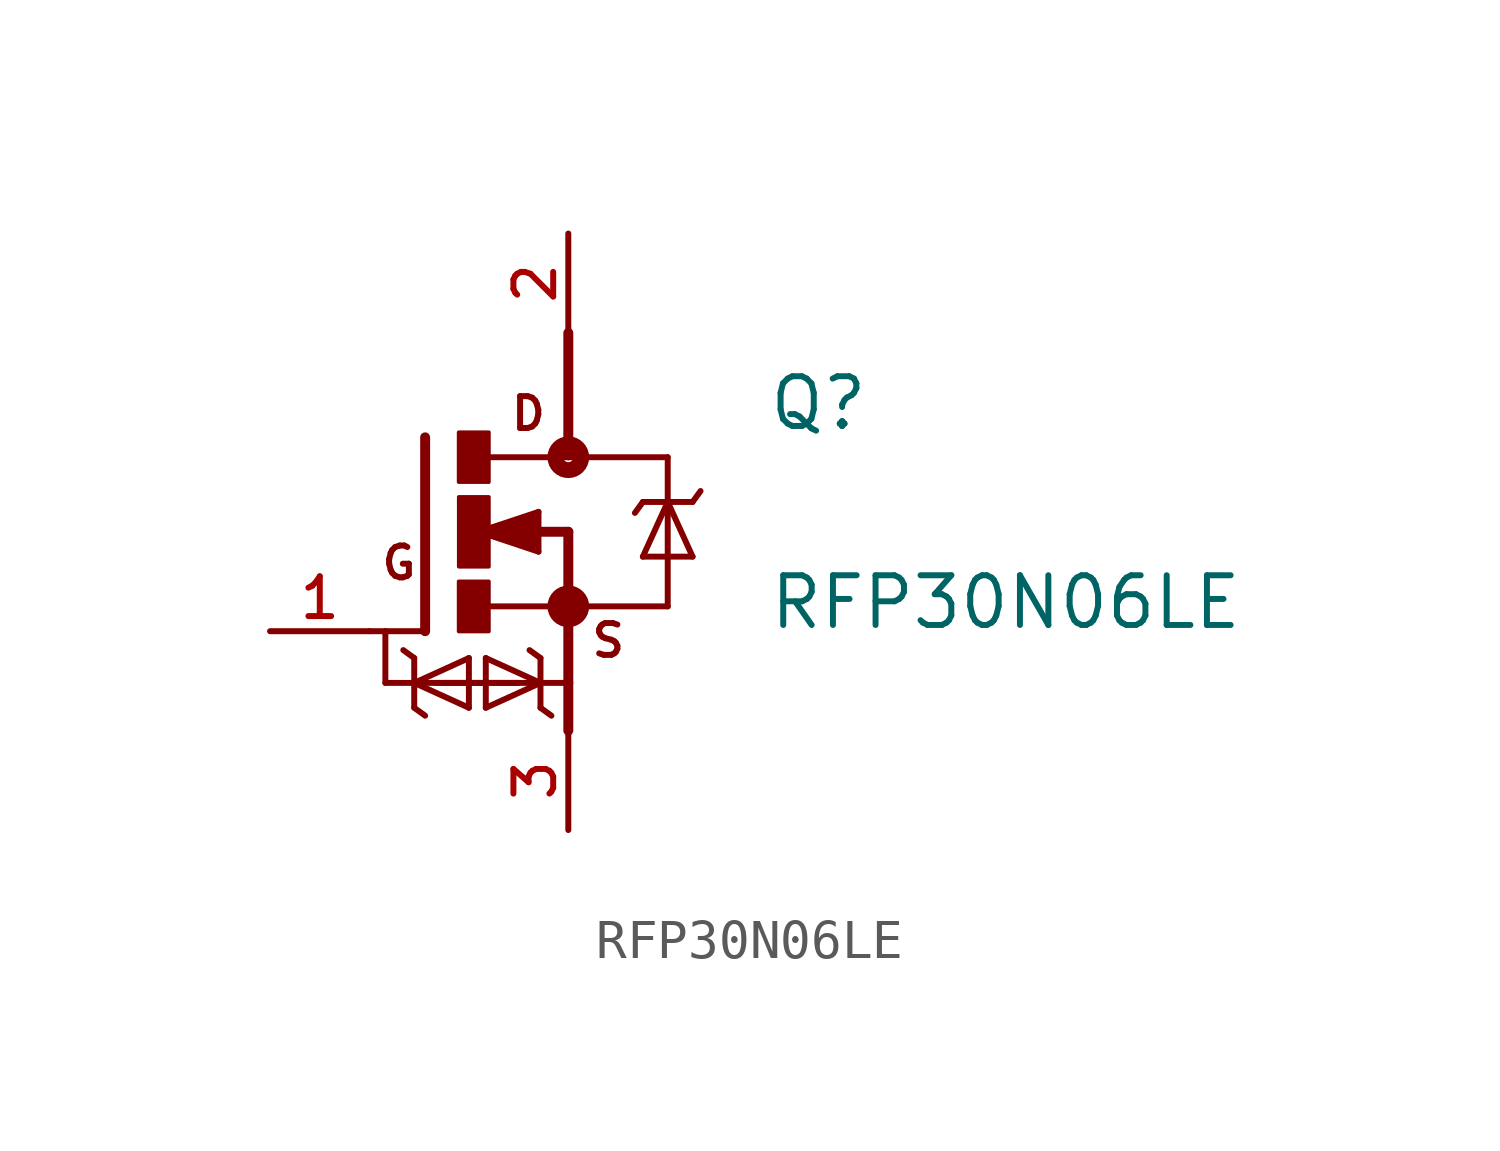
<source format=kicad_sym>
(kicad_symbol_lib
  (version 20211014)
  (generator kicad_symbol_editor)
  (symbol "RFP30N06LE"
    (pin_names
      (offset 1.016))
    (property "Reference" "Q"
      (at 5.082 2.541 0)
      (effects (font (size 1.27 1.27)) (justify bottom left)))
    (property "Value" "RFP30N06LE"
      (at 5.089 -2.544 0)
      (effects (font (size 1.27 1.27)) (justify bottom left)))
    (symbol "RFP30N06LE_0_0"
      (polyline (pts (xy -3.658 2.413) (xy -3.658 -2.54)) (stroke (width 0.254)))
      (polyline (pts (xy -3.658 -2.54) (xy -4.674 -2.54)) (stroke (width 0.152)))
      (polyline (pts (xy -4.674 -2.54) (xy -5.08 -2.54)) (stroke (width 0.152)))
      (polyline (pts (xy 0.0 1.905) (xy -2.007 1.905)) (stroke (width 0.152)))
      (polyline (pts (xy -2.032 -1.905) (xy 0.0 -1.905)) (stroke (width 0.152)))
      (polyline (pts (xy 0.0 2.032) (xy 0.0 1.905)) (stroke (width 0.152)))
      (polyline (pts (xy 0.0 1.905) (xy 2.54 1.905)) (stroke (width 0.152)))
      (polyline (pts (xy 2.54 1.905) (xy 2.54 0.762)) (stroke (width 0.152)))
      (polyline (pts (xy 2.54 0.762) (xy 2.54 -1.905)) (stroke (width 0.152)))
      (polyline (pts (xy 2.54 -1.905) (xy 0.0 -1.905)) (stroke (width 0.152)))
      (polyline (pts (xy 0.0 -1.905) (xy 0.0 -2.032)) (stroke (width 0.152)))
      (polyline (pts (xy 2.54 0.762) (xy 1.905 -0.635)) (stroke (width 0.152)))
      (polyline (pts (xy 1.905 -0.635) (xy 3.175 -0.635)) (stroke (width 0.152)))
      (polyline (pts (xy 3.175 -0.635) (xy 2.54 0.762)) (stroke (width 0.152)))
      (polyline (pts (xy 1.905 0.762) (xy 2.54 0.762)) (stroke (width 0.152)))
      (polyline (pts (xy 2.54 0.762) (xy 3.175 0.762)) (stroke (width 0.152)))
      (polyline (pts (xy -2.286 0.0) (xy -0.762 -0.508)) (stroke (width 0.152)))
      (polyline (pts (xy -0.762 -0.508) (xy -0.762 0.0)) (stroke (width 0.152)))
      (polyline (pts (xy -0.762 0.0) (xy -0.762 0.508)) (stroke (width 0.152)))
      (polyline (pts (xy -0.762 0.508) (xy -2.286 0.0)) (stroke (width 0.152)))
      (polyline (pts (xy -0.889 0.254) (xy -2.286 0.0)) (stroke (width 0.152)))
      (polyline (pts (xy -1.143 0.254) (xy -2.032 0.0)) (stroke (width 0.305)))
      (polyline (pts (xy -2.032 0.0) (xy -0.889 -0.254)) (stroke (width 0.305)))
      (polyline (pts (xy -0.889 -0.254) (xy -0.889 0.254)) (stroke (width 0.305)))
      (polyline (pts (xy -0.889 0.254) (xy -1.905 0.0)) (stroke (width 0.305)))
      (circle (center 0.0 -1.905) (radius 0.127) (stroke (width 0.406)) (fill (type none)))
      (circle (center 0.0 1.905) (radius 0.127) (stroke (width 0.406)) (fill (type none)))
      (text "D" (at -1.526 2.544 0) (effects (font (size 0.814 0.814)) (justify bottom left)))
      (text "G" (at -4.833 -1.272 0) (effects (font (size 0.814 0.814)) (justify bottom left)))
      (rectangle (start -2.799 -2.545) (end -2.032 -1.27) (stroke (width 0.1)) (fill (type outline)))
      (rectangle (start -2.799 1.272) (end -2.032 2.54) (stroke (width 0.1)) (fill (type outline)))
      (rectangle (start -2.796 -0.89) (end -2.032 0.889) (stroke (width 0.1)) (fill (type outline)))
      (polyline (pts (xy -0.762 0.0) (xy -1.905 0.0)) (stroke (width 0.254)))
      (polyline (pts (xy -1.905 0.0) (xy -2.032 0.0)) (stroke (width 0.254)))
      (polyline (pts (xy -2.032 0.0) (xy -2.286 0.0)) (stroke (width 0.254)))
      (polyline (pts (xy 0.0 5.08) (xy 0.0 2.032)) (stroke (width 0.254)))
      (polyline (pts (xy 0.0 -5.08) (xy 0.0 -3.861)) (stroke (width 0.254)))
      (polyline (pts (xy 0.0 -3.861) (xy 0.0 -2.032)) (stroke (width 0.254)))
      (polyline (pts (xy -0.762 0.0) (xy 0.0 0.0)) (stroke (width 0.254)))
      (polyline (pts (xy 0.0 0.0) (xy 0.0 -1.778)) (stroke (width 0.254)))
      (text "S" (at 0.534 -3.252 0) (effects (font (size 0.813 0.813)) (justify bottom left)))
      (polyline (pts (xy 1.905 0.762) (xy 1.702 0.483)) (stroke (width 0.152)))
      (polyline (pts (xy 3.378 1.041) (xy 3.175 0.762)) (stroke (width 0.152)))
      (polyline (pts (xy -4.674 -3.861) (xy -3.937 -3.861)) (stroke (width 0.152)))
      (polyline (pts (xy -3.937 -3.861) (xy -1.27 -3.861)) (stroke (width 0.152)))
      (polyline (pts (xy -3.937 -3.861) (xy -2.54 -4.496)) (stroke (width 0.152)))
      (polyline (pts (xy -2.54 -4.496) (xy -2.54 -3.226)) (stroke (width 0.152)))
      (polyline (pts (xy -2.54 -3.226) (xy -3.937 -3.861)) (stroke (width 0.152)))
      (polyline (pts (xy -3.937 -4.496) (xy -3.937 -3.861)) (stroke (width 0.152)))
      (polyline (pts (xy -3.937 -3.861) (xy -3.937 -3.226)) (stroke (width 0.152)))
      (polyline (pts (xy -3.937 -4.496) (xy -3.658 -4.699)) (stroke (width 0.152)))
      (polyline (pts (xy -4.216 -3.023) (xy -3.937 -3.226)) (stroke (width 0.152)))
      (polyline (pts (xy 0.0 -3.861) (xy -0.711 -3.861)) (stroke (width 0.152)))
      (polyline (pts (xy -0.711 -3.861) (xy -3.378 -3.861)) (stroke (width 0.152)))
      (polyline (pts (xy -0.711 -3.861) (xy -2.108 -3.226)) (stroke (width 0.152)))
      (polyline (pts (xy -2.108 -3.226) (xy -2.108 -4.496)) (stroke (width 0.152)))
      (polyline (pts (xy -2.108 -4.496) (xy -0.711 -3.861)) (stroke (width 0.152)))
      (polyline (pts (xy -0.711 -3.226) (xy -0.711 -3.861)) (stroke (width 0.152)))
      (polyline (pts (xy -0.711 -3.861) (xy -0.711 -4.496)) (stroke (width 0.152)))
      (polyline (pts (xy -0.711 -3.226) (xy -0.991 -3.023)) (stroke (width 0.152)))
      (polyline (pts (xy -0.432 -4.699) (xy -0.711 -4.496)) (stroke (width 0.152)))
      (polyline (pts (xy -4.674 -2.54) (xy -4.674 -3.861)) (stroke (width 0.152)))
      (pin input line (at -7.62 -2.54 0) (length 2.54) (name "~" (effects (font (size 1.016 1.016)))) (number "1" (effects (font (size 1.016 1.016)))))
      (pin power_in line (at 0.0 7.62 270.0) (length 2.54) (name "~" (effects (font (size 1.016 1.016)))) (number "2" (effects (font (size 1.016 1.016)))))
      (pin power_in line (at 0.0 -7.62 90.0) (length 2.54) (name "~" (effects (font (size 1.016 1.016)))) (number "3" (effects (font (size 1.016 1.016))))))))
</source>
